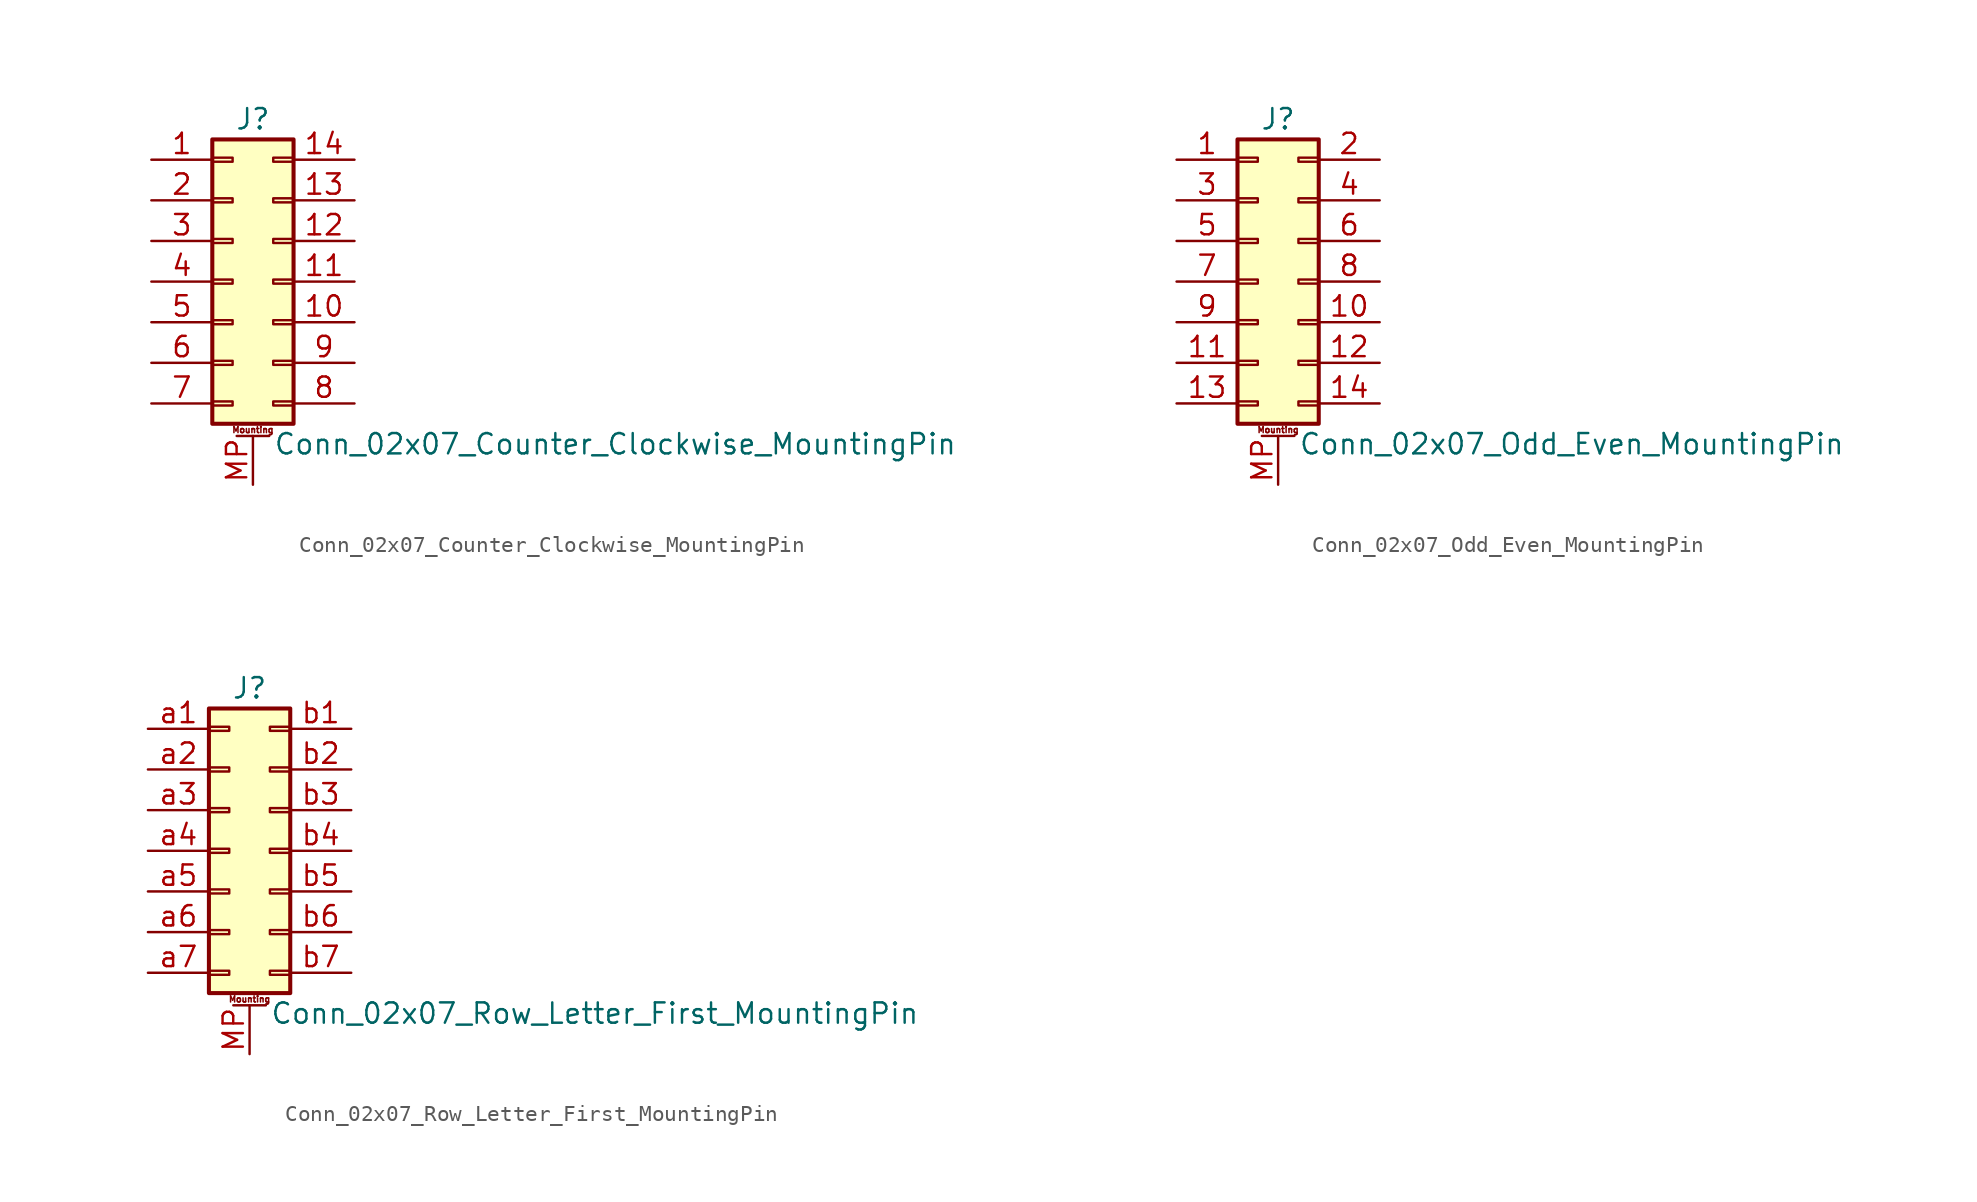
<source format=kicad_sym>
(kicad_symbol_lib
  (version 20211014)
  (generator kicad_symbol_editor)
  (symbol "Conn_02x07_Counter_Clockwise_MountingPin"
    (pin_names
      (offset 1.016) hide)
    (property "Reference" "J"
      (at 1.27 10.16 0)
      (effects (font (size 1.27 1.27))))
    (property "Value" "Conn_02x07_Counter_Clockwise_MountingPin"
      (at 2.54 -10.16 0)
      (effects (font (size 1.27 1.27)) (justify left)))
    (symbol "Conn_02x07_Counter_Clockwise_MountingPin_1_1"
      (rectangle (start -1.27 -7.493) (end 0 -7.747) (stroke (width 0.152) (type default) (color 0 0 0 0)) (fill (type none)))
      (rectangle (start -1.27 -4.953) (end 0 -5.207) (stroke (width 0.152) (type default) (color 0 0 0 0)) (fill (type none)))
      (rectangle (start -1.27 -2.413) (end 0 -2.667) (stroke (width 0.152) (type default) (color 0 0 0 0)) (fill (type none)))
      (rectangle (start -1.27 0.127) (end 0 -0.127) (stroke (width 0.152) (type default) (color 0 0 0 0)) (fill (type none)))
      (rectangle (start -1.27 2.667) (end 0 2.413) (stroke (width 0.152) (type default) (color 0 0 0 0)) (fill (type none)))
      (rectangle (start -1.27 5.207) (end 0 4.953) (stroke (width 0.152) (type default) (color 0 0 0 0)) (fill (type none)))
      (rectangle (start -1.27 7.747) (end 0 7.493) (stroke (width 0.152) (type default) (color 0 0 0 0)) (fill (type none)))
      (rectangle (start -1.27 8.89) (end 3.81 -8.89) (stroke (width 0.254) (type default) (color 0 0 0 0)) (fill (type background)))
      (polyline (pts (xy 0.254 -9.652) (xy 2.286 -9.652)) (stroke (width 0.152) (type default) (color 0 0 0 0)) (fill (type none)))
      (rectangle (start 3.81 -7.493) (end 2.54 -7.747) (stroke (width 0.152) (type default) (color 0 0 0 0)) (fill (type none)))
      (rectangle (start 3.81 -4.953) (end 2.54 -5.207) (stroke (width 0.152) (type default) (color 0 0 0 0)) (fill (type none)))
      (rectangle (start 3.81 -2.413) (end 2.54 -2.667) (stroke (width 0.152) (type default) (color 0 0 0 0)) (fill (type none)))
      (rectangle (start 3.81 0.127) (end 2.54 -0.127) (stroke (width 0.152) (type default) (color 0 0 0 0)) (fill (type none)))
      (rectangle (start 3.81 2.667) (end 2.54 2.413) (stroke (width 0.152) (type default) (color 0 0 0 0)) (fill (type none)))
      (rectangle (start 3.81 5.207) (end 2.54 4.953) (stroke (width 0.152) (type default) (color 0 0 0 0)) (fill (type none)))
      (rectangle (start 3.81 7.747) (end 2.54 7.493) (stroke (width 0.152) (type default) (color 0 0 0 0)) (fill (type none)))
      (text "Mounting" (at 1.27 -9.271 0) (effects (font (size 0.381 0.381))))
      (pin passive line (at -5.08 7.62 0) (length 3.81) (name "Pin_1" (effects (font (size 1.27 1.27)))) (number "1" (effects (font (size 1.27 1.27)))))
      (pin passive line (at 7.62 -2.54 180) (length 3.81) (name "Pin_10" (effects (font (size 1.27 1.27)))) (number "10" (effects (font (size 1.27 1.27)))))
      (pin passive line (at 7.62 0 180) (length 3.81) (name "Pin_11" (effects (font (size 1.27 1.27)))) (number "11" (effects (font (size 1.27 1.27)))))
      (pin passive line (at 7.62 2.54 180) (length 3.81) (name "Pin_12" (effects (font (size 1.27 1.27)))) (number "12" (effects (font (size 1.27 1.27)))))
      (pin passive line (at 7.62 5.08 180) (length 3.81) (name "Pin_13" (effects (font (size 1.27 1.27)))) (number "13" (effects (font (size 1.27 1.27)))))
      (pin passive line (at 7.62 7.62 180) (length 3.81) (name "Pin_14" (effects (font (size 1.27 1.27)))) (number "14" (effects (font (size 1.27 1.27)))))
      (pin passive line (at -5.08 5.08 0) (length 3.81) (name "Pin_2" (effects (font (size 1.27 1.27)))) (number "2" (effects (font (size 1.27 1.27)))))
      (pin passive line (at -5.08 2.54 0) (length 3.81) (name "Pin_3" (effects (font (size 1.27 1.27)))) (number "3" (effects (font (size 1.27 1.27)))))
      (pin passive line (at -5.08 0 0) (length 3.81) (name "Pin_4" (effects (font (size 1.27 1.27)))) (number "4" (effects (font (size 1.27 1.27)))))
      (pin passive line (at -5.08 -2.54 0) (length 3.81) (name "Pin_5" (effects (font (size 1.27 1.27)))) (number "5" (effects (font (size 1.27 1.27)))))
      (pin passive line (at -5.08 -5.08 0) (length 3.81) (name "Pin_6" (effects (font (size 1.27 1.27)))) (number "6" (effects (font (size 1.27 1.27)))))
      (pin passive line (at -5.08 -7.62 0) (length 3.81) (name "Pin_7" (effects (font (size 1.27 1.27)))) (number "7" (effects (font (size 1.27 1.27)))))
      (pin passive line (at 7.62 -7.62 180) (length 3.81) (name "Pin_8" (effects (font (size 1.27 1.27)))) (number "8" (effects (font (size 1.27 1.27)))))
      (pin passive line (at 7.62 -5.08 180) (length 3.81) (name "Pin_9" (effects (font (size 1.27 1.27)))) (number "9" (effects (font (size 1.27 1.27)))))
      (pin passive line (at 1.27 -12.7 90) (length 3.048) (name "MountPin" (effects (font (size 1.27 1.27)))) (number "MP" (effects (font (size 1.27 1.27)))))))
  (symbol "Conn_02x07_Odd_Even_MountingPin"
    (pin_names
      (offset 1.016) hide)
    (property "Reference" "J"
      (at 1.27 10.16 0)
      (effects (font (size 1.27 1.27))))
    (property "Value" "Conn_02x07_Odd_Even_MountingPin"
      (at 2.54 -10.16 0)
      (effects (font (size 1.27 1.27)) (justify left)))
    (symbol "Conn_02x07_Odd_Even_MountingPin_1_1"
      (rectangle (start -1.27 -7.493) (end 0 -7.747) (stroke (width 0.152) (type default) (color 0 0 0 0)) (fill (type none)))
      (rectangle (start -1.27 -4.953) (end 0 -5.207) (stroke (width 0.152) (type default) (color 0 0 0 0)) (fill (type none)))
      (rectangle (start -1.27 -2.413) (end 0 -2.667) (stroke (width 0.152) (type default) (color 0 0 0 0)) (fill (type none)))
      (rectangle (start -1.27 0.127) (end 0 -0.127) (stroke (width 0.152) (type default) (color 0 0 0 0)) (fill (type none)))
      (rectangle (start -1.27 2.667) (end 0 2.413) (stroke (width 0.152) (type default) (color 0 0 0 0)) (fill (type none)))
      (rectangle (start -1.27 5.207) (end 0 4.953) (stroke (width 0.152) (type default) (color 0 0 0 0)) (fill (type none)))
      (rectangle (start -1.27 7.747) (end 0 7.493) (stroke (width 0.152) (type default) (color 0 0 0 0)) (fill (type none)))
      (rectangle (start -1.27 8.89) (end 3.81 -8.89) (stroke (width 0.254) (type default) (color 0 0 0 0)) (fill (type background)))
      (polyline (pts (xy 0.254 -9.652) (xy 2.286 -9.652)) (stroke (width 0.152) (type default) (color 0 0 0 0)) (fill (type none)))
      (rectangle (start 3.81 -7.493) (end 2.54 -7.747) (stroke (width 0.152) (type default) (color 0 0 0 0)) (fill (type none)))
      (rectangle (start 3.81 -4.953) (end 2.54 -5.207) (stroke (width 0.152) (type default) (color 0 0 0 0)) (fill (type none)))
      (rectangle (start 3.81 -2.413) (end 2.54 -2.667) (stroke (width 0.152) (type default) (color 0 0 0 0)) (fill (type none)))
      (rectangle (start 3.81 0.127) (end 2.54 -0.127) (stroke (width 0.152) (type default) (color 0 0 0 0)) (fill (type none)))
      (rectangle (start 3.81 2.667) (end 2.54 2.413) (stroke (width 0.152) (type default) (color 0 0 0 0)) (fill (type none)))
      (rectangle (start 3.81 5.207) (end 2.54 4.953) (stroke (width 0.152) (type default) (color 0 0 0 0)) (fill (type none)))
      (rectangle (start 3.81 7.747) (end 2.54 7.493) (stroke (width 0.152) (type default) (color 0 0 0 0)) (fill (type none)))
      (text "Mounting" (at 1.27 -9.271 0) (effects (font (size 0.381 0.381))))
      (pin passive line (at -5.08 7.62 0) (length 3.81) (name "Pin_1" (effects (font (size 1.27 1.27)))) (number "1" (effects (font (size 1.27 1.27)))))
      (pin passive line (at 7.62 -2.54 180) (length 3.81) (name "Pin_10" (effects (font (size 1.27 1.27)))) (number "10" (effects (font (size 1.27 1.27)))))
      (pin passive line (at -5.08 -5.08 0) (length 3.81) (name "Pin_11" (effects (font (size 1.27 1.27)))) (number "11" (effects (font (size 1.27 1.27)))))
      (pin passive line (at 7.62 -5.08 180) (length 3.81) (name "Pin_12" (effects (font (size 1.27 1.27)))) (number "12" (effects (font (size 1.27 1.27)))))
      (pin passive line (at -5.08 -7.62 0) (length 3.81) (name "Pin_13" (effects (font (size 1.27 1.27)))) (number "13" (effects (font (size 1.27 1.27)))))
      (pin passive line (at 7.62 -7.62 180) (length 3.81) (name "Pin_14" (effects (font (size 1.27 1.27)))) (number "14" (effects (font (size 1.27 1.27)))))
      (pin passive line (at 7.62 7.62 180) (length 3.81) (name "Pin_2" (effects (font (size 1.27 1.27)))) (number "2" (effects (font (size 1.27 1.27)))))
      (pin passive line (at -5.08 5.08 0) (length 3.81) (name "Pin_3" (effects (font (size 1.27 1.27)))) (number "3" (effects (font (size 1.27 1.27)))))
      (pin passive line (at 7.62 5.08 180) (length 3.81) (name "Pin_4" (effects (font (size 1.27 1.27)))) (number "4" (effects (font (size 1.27 1.27)))))
      (pin passive line (at -5.08 2.54 0) (length 3.81) (name "Pin_5" (effects (font (size 1.27 1.27)))) (number "5" (effects (font (size 1.27 1.27)))))
      (pin passive line (at 7.62 2.54 180) (length 3.81) (name "Pin_6" (effects (font (size 1.27 1.27)))) (number "6" (effects (font (size 1.27 1.27)))))
      (pin passive line (at -5.08 0 0) (length 3.81) (name "Pin_7" (effects (font (size 1.27 1.27)))) (number "7" (effects (font (size 1.27 1.27)))))
      (pin passive line (at 7.62 0 180) (length 3.81) (name "Pin_8" (effects (font (size 1.27 1.27)))) (number "8" (effects (font (size 1.27 1.27)))))
      (pin passive line (at -5.08 -2.54 0) (length 3.81) (name "Pin_9" (effects (font (size 1.27 1.27)))) (number "9" (effects (font (size 1.27 1.27)))))
      (pin passive line (at 1.27 -12.7 90) (length 3.048) (name "MountPin" (effects (font (size 1.27 1.27)))) (number "MP" (effects (font (size 1.27 1.27)))))))
  (symbol "Conn_02x07_Row_Letter_First_MountingPin"
    (pin_names
      (offset 1.016) hide)
    (property "Reference" "J"
      (at 1.27 10.16 0)
      (effects (font (size 1.27 1.27))))
    (property "Value" "Conn_02x07_Row_Letter_First_MountingPin"
      (at 2.54 -10.16 0)
      (effects (font (size 1.27 1.27)) (justify left)))
    (symbol "Conn_02x07_Row_Letter_First_MountingPin_1_1"
      (rectangle (start -1.27 -7.493) (end 0 -7.747) (stroke (width 0.152) (type default) (color 0 0 0 0)) (fill (type none)))
      (rectangle (start -1.27 -4.953) (end 0 -5.207) (stroke (width 0.152) (type default) (color 0 0 0 0)) (fill (type none)))
      (rectangle (start -1.27 -2.413) (end 0 -2.667) (stroke (width 0.152) (type default) (color 0 0 0 0)) (fill (type none)))
      (rectangle (start -1.27 0.127) (end 0 -0.127) (stroke (width 0.152) (type default) (color 0 0 0 0)) (fill (type none)))
      (rectangle (start -1.27 2.667) (end 0 2.413) (stroke (width 0.152) (type default) (color 0 0 0 0)) (fill (type none)))
      (rectangle (start -1.27 5.207) (end 0 4.953) (stroke (width 0.152) (type default) (color 0 0 0 0)) (fill (type none)))
      (rectangle (start -1.27 7.747) (end 0 7.493) (stroke (width 0.152) (type default) (color 0 0 0 0)) (fill (type none)))
      (rectangle (start -1.27 8.89) (end 3.81 -8.89) (stroke (width 0.254) (type default) (color 0 0 0 0)) (fill (type background)))
      (polyline (pts (xy 0.254 -9.652) (xy 2.286 -9.652)) (stroke (width 0.152) (type default) (color 0 0 0 0)) (fill (type none)))
      (rectangle (start 3.81 -7.493) (end 2.54 -7.747) (stroke (width 0.152) (type default) (color 0 0 0 0)) (fill (type none)))
      (rectangle (start 3.81 -4.953) (end 2.54 -5.207) (stroke (width 0.152) (type default) (color 0 0 0 0)) (fill (type none)))
      (rectangle (start 3.81 -2.413) (end 2.54 -2.667) (stroke (width 0.152) (type default) (color 0 0 0 0)) (fill (type none)))
      (rectangle (start 3.81 0.127) (end 2.54 -0.127) (stroke (width 0.152) (type default) (color 0 0 0 0)) (fill (type none)))
      (rectangle (start 3.81 2.667) (end 2.54 2.413) (stroke (width 0.152) (type default) (color 0 0 0 0)) (fill (type none)))
      (rectangle (start 3.81 5.207) (end 2.54 4.953) (stroke (width 0.152) (type default) (color 0 0 0 0)) (fill (type none)))
      (rectangle (start 3.81 7.747) (end 2.54 7.493) (stroke (width 0.152) (type default) (color 0 0 0 0)) (fill (type none)))
      (text "Mounting" (at 1.27 -9.271 0) (effects (font (size 0.381 0.381))))
      (pin passive line (at 1.27 -12.7 90) (length 3.048) (name "MountPin" (effects (font (size 1.27 1.27)))) (number "MP" (effects (font (size 1.27 1.27)))))
      (pin passive line (at -5.08 7.62 0) (length 3.81) (name "Pin_a1" (effects (font (size 1.27 1.27)))) (number "a1" (effects (font (size 1.27 1.27)))))
      (pin passive line (at -5.08 5.08 0) (length 3.81) (name "Pin_a2" (effects (font (size 1.27 1.27)))) (number "a2" (effects (font (size 1.27 1.27)))))
      (pin passive line (at -5.08 2.54 0) (length 3.81) (name "Pin_a3" (effects (font (size 1.27 1.27)))) (number "a3" (effects (font (size 1.27 1.27)))))
      (pin passive line (at -5.08 0 0) (length 3.81) (name "Pin_a4" (effects (font (size 1.27 1.27)))) (number "a4" (effects (font (size 1.27 1.27)))))
      (pin passive line (at -5.08 -2.54 0) (length 3.81) (name "Pin_a5" (effects (font (size 1.27 1.27)))) (number "a5" (effects (font (size 1.27 1.27)))))
      (pin passive line (at -5.08 -5.08 0) (length 3.81) (name "Pin_a6" (effects (font (size 1.27 1.27)))) (number "a6" (effects (font (size 1.27 1.27)))))
      (pin passive line (at -5.08 -7.62 0) (length 3.81) (name "Pin_a7" (effects (font (size 1.27 1.27)))) (number "a7" (effects (font (size 1.27 1.27)))))
      (pin passive line (at 7.62 7.62 180) (length 3.81) (name "Pin_b1" (effects (font (size 1.27 1.27)))) (number "b1" (effects (font (size 1.27 1.27)))))
      (pin passive line (at 7.62 5.08 180) (length 3.81) (name "Pin_b2" (effects (font (size 1.27 1.27)))) (number "b2" (effects (font (size 1.27 1.27)))))
      (pin passive line (at 7.62 2.54 180) (length 3.81) (name "Pin_b3" (effects (font (size 1.27 1.27)))) (number "b3" (effects (font (size 1.27 1.27)))))
      (pin passive line (at 7.62 0 180) (length 3.81) (name "Pin_b4" (effects (font (size 1.27 1.27)))) (number "b4" (effects (font (size 1.27 1.27)))))
      (pin passive line (at 7.62 -2.54 180) (length 3.81) (name "Pin_b5" (effects (font (size 1.27 1.27)))) (number "b5" (effects (font (size 1.27 1.27)))))
      (pin passive line (at 7.62 -5.08 180) (length 3.81) (name "Pin_b6" (effects (font (size 1.27 1.27)))) (number "b6" (effects (font (size 1.27 1.27)))))
      (pin passive line (at 7.62 -7.62 180) (length 3.81) (name "Pin_b7" (effects (font (size 1.27 1.27)))) (number "b7" (effects (font (size 1.27 1.27))))))))
</source>
